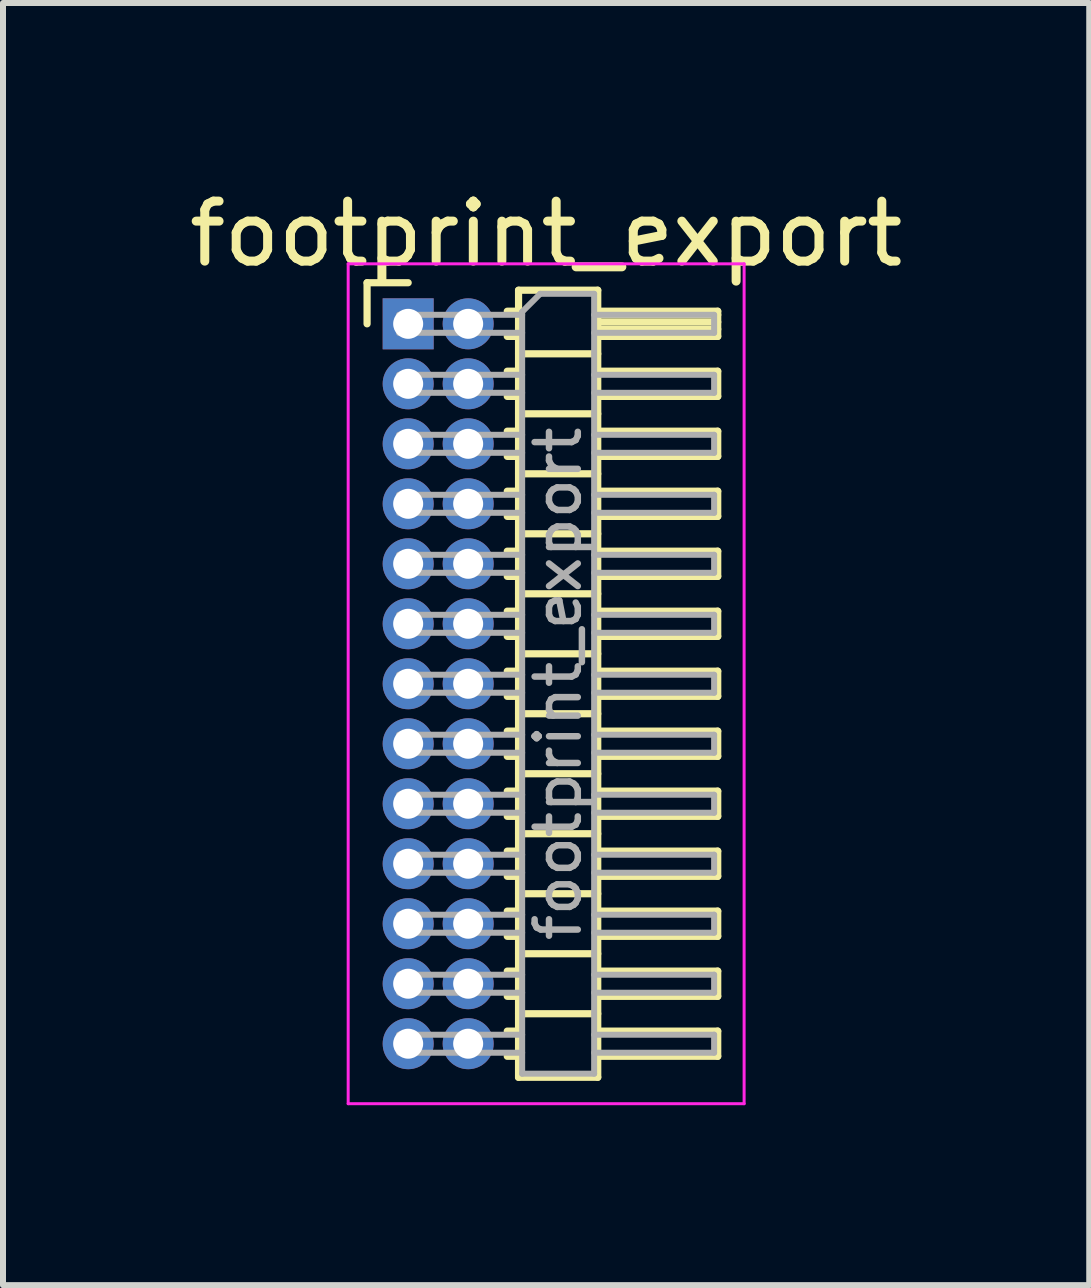
<source format=kicad_pcb>
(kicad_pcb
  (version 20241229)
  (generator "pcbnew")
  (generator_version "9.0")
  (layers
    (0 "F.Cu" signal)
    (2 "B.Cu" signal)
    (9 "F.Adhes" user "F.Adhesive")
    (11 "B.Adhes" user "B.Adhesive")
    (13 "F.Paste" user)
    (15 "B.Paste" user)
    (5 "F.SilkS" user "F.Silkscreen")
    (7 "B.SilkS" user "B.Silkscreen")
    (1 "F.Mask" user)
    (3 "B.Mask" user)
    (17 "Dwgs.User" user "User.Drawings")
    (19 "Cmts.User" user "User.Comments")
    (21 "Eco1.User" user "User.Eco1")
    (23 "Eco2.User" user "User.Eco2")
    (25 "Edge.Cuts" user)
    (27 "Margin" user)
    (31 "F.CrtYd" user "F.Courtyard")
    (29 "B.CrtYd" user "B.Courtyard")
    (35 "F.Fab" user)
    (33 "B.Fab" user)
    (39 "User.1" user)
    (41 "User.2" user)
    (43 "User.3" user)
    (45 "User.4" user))
  (footprint "footprint_export"
    (layer "F.Cu")
    (at 3.754 2.348)
    (property "Reference" "footprint_export" (at 2.3 -1.5 0) (layer "F.SilkS") (effects (font (size 1 1) (thickness 0.15))))
    (attr through_hole)
    (fp_line (start -0.685 -0.685) (end 0 -0.685) (stroke (width 0.12) (type solid)) (layer "F.SilkS"))
    (fp_line (start -0.685 0) (end -0.685 -0.685) (stroke (width 0.12) (type solid)) (layer "F.SilkS"))
    (fp_line (start 1.652 -0.21) (end 1.84 -0.21) (stroke (width 0.12) (type solid)) (layer "F.SilkS"))
    (fp_line (start 1.652 0.21) (end 1.84 0.21) (stroke (width 0.12) (type solid)) (layer "F.SilkS"))
    (fp_line (start 1.652 0.79) (end 1.84 0.79) (stroke (width 0.12) (type solid)) (layer "F.SilkS"))
    (fp_line (start 1.652 1.21) (end 1.84 1.21) (stroke (width 0.12) (type solid)) (layer "F.SilkS"))
    (fp_line (start 1.652 1.79) (end 1.84 1.79) (stroke (width 0.12) (type solid)) (layer "F.SilkS"))
    (fp_line (start 1.652 2.21) (end 1.84 2.21) (stroke (width 0.12) (type solid)) (layer "F.SilkS"))
    (fp_line (start 1.652 2.79) (end 1.84 2.79) (stroke (width 0.12) (type solid)) (layer "F.SilkS"))
    (fp_line (start 1.652 3.21) (end 1.84 3.21) (stroke (width 0.12) (type solid)) (layer "F.SilkS"))
    (fp_line (start 1.652 3.79) (end 1.84 3.79) (stroke (width 0.12) (type solid)) (layer "F.SilkS"))
    (fp_line (start 1.652 4.21) (end 1.84 4.21) (stroke (width 0.12) (type solid)) (layer "F.SilkS"))
    (fp_line (start 1.652 4.79) (end 1.84 4.79) (stroke (width 0.12) (type solid)) (layer "F.SilkS"))
    (fp_line (start 1.652 5.21) (end 1.84 5.21) (stroke (width 0.12) (type solid)) (layer "F.SilkS"))
    (fp_line (start 1.652 5.79) (end 1.84 5.79) (stroke (width 0.12) (type solid)) (layer "F.SilkS"))
    (fp_line (start 1.652 6.21) (end 1.84 6.21) (stroke (width 0.12) (type solid)) (layer "F.SilkS"))
    (fp_line (start 1.652 6.79) (end 1.84 6.79) (stroke (width 0.12) (type solid)) (layer "F.SilkS"))
    (fp_line (start 1.652 7.21) (end 1.84 7.21) (stroke (width 0.12) (type solid)) (layer "F.SilkS"))
    (fp_line (start 1.652 7.79) (end 1.84 7.79) (stroke (width 0.12) (type solid)) (layer "F.SilkS"))
    (fp_line (start 1.652 8.21) (end 1.84 8.21) (stroke (width 0.12) (type solid)) (layer "F.SilkS"))
    (fp_line (start 1.652 8.79) (end 1.84 8.79) (stroke (width 0.12) (type solid)) (layer "F.SilkS"))
    (fp_line (start 1.652 9.21) (end 1.84 9.21) (stroke (width 0.12) (type solid)) (layer "F.SilkS"))
    (fp_line (start 1.652 9.79) (end 1.84 9.79) (stroke (width 0.12) (type solid)) (layer "F.SilkS"))
    (fp_line (start 1.652 10.21) (end 1.84 10.21) (stroke (width 0.12) (type solid)) (layer "F.SilkS"))
    (fp_line (start 1.652 10.79) (end 1.84 10.79) (stroke (width 0.12) (type solid)) (layer "F.SilkS"))
    (fp_line (start 1.652 11.21) (end 1.84 11.21) (stroke (width 0.12) (type solid)) (layer "F.SilkS"))
    (fp_line (start 1.652 11.79) (end 1.84 11.79) (stroke (width 0.12) (type solid)) (layer "F.SilkS"))
    (fp_line (start 1.652 12.21) (end 1.84 12.21) (stroke (width 0.12) (type solid)) (layer "F.SilkS"))
    (fp_line (start 1.84 -0.56) (end 1.84 12.56) (stroke (width 0.12) (type solid)) (layer "F.SilkS"))
    (fp_line (start 1.84 0.5) (end 3.16 0.5) (stroke (width 0.12) (type solid)) (layer "F.SilkS"))
    (fp_line (start 1.84 1.5) (end 3.16 1.5) (stroke (width 0.12) (type solid)) (layer "F.SilkS"))
    (fp_line (start 1.84 2.5) (end 3.16 2.5) (stroke (width 0.12) (type solid)) (layer "F.SilkS"))
    (fp_line (start 1.84 3.5) (end 3.16 3.5) (stroke (width 0.12) (type solid)) (layer "F.SilkS"))
    (fp_line (start 1.84 4.5) (end 3.16 4.5) (stroke (width 0.12) (type solid)) (layer "F.SilkS"))
    (fp_line (start 1.84 5.5) (end 3.16 5.5) (stroke (width 0.12) (type solid)) (layer "F.SilkS"))
    (fp_line (start 1.84 6.5) (end 3.16 6.5) (stroke (width 0.12) (type solid)) (layer "F.SilkS"))
    (fp_line (start 1.84 7.5) (end 3.16 7.5) (stroke (width 0.12) (type solid)) (layer "F.SilkS"))
    (fp_line (start 1.84 8.5) (end 3.16 8.5) (stroke (width 0.12) (type solid)) (layer "F.SilkS"))
    (fp_line (start 1.84 9.5) (end 3.16 9.5) (stroke (width 0.12) (type solid)) (layer "F.SilkS"))
    (fp_line (start 1.84 10.5) (end 3.16 10.5) (stroke (width 0.12) (type solid)) (layer "F.SilkS"))
    (fp_line (start 1.84 11.5) (end 3.16 11.5) (stroke (width 0.12) (type solid)) (layer "F.SilkS"))
    (fp_line (start 1.84 12.56) (end 3.16 12.56) (stroke (width 0.12) (type solid)) (layer "F.SilkS"))
    (fp_line (start 3.16 -0.56) (end 1.84 -0.56) (stroke (width 0.12) (type solid)) (layer "F.SilkS"))
    (fp_line (start 3.16 -0.21) (end 5.16 -0.21) (stroke (width 0.12) (type solid)) (layer "F.SilkS"))
    (fp_line (start 3.16 -0.15) (end 5.16 -0.15) (stroke (width 0.12) (type solid)) (layer "F.SilkS"))
    (fp_line (start 3.16 -0.03) (end 5.16 -0.03) (stroke (width 0.12) (type solid)) (layer "F.SilkS"))
    (fp_line (start 3.16 0.09) (end 5.16 0.09) (stroke (width 0.12) (type solid)) (layer "F.SilkS"))
    (fp_line (start 3.16 0.79) (end 5.16 0.79) (stroke (width 0.12) (type solid)) (layer "F.SilkS"))
    (fp_line (start 3.16 1.79) (end 5.16 1.79) (stroke (width 0.12) (type solid)) (layer "F.SilkS"))
    (fp_line (start 3.16 2.79) (end 5.16 2.79) (stroke (width 0.12) (type solid)) (layer "F.SilkS"))
    (fp_line (start 3.16 3.79) (end 5.16 3.79) (stroke (width 0.12) (type solid)) (layer "F.SilkS"))
    (fp_line (start 3.16 4.79) (end 5.16 4.79) (stroke (width 0.12) (type solid)) (layer "F.SilkS"))
    (fp_line (start 3.16 5.79) (end 5.16 5.79) (stroke (width 0.12) (type solid)) (layer "F.SilkS"))
    (fp_line (start 3.16 6.79) (end 5.16 6.79) (stroke (width 0.12) (type solid)) (layer "F.SilkS"))
    (fp_line (start 3.16 7.79) (end 5.16 7.79) (stroke (width 0.12) (type solid)) (layer "F.SilkS"))
    (fp_line (start 3.16 8.79) (end 5.16 8.79) (stroke (width 0.12) (type solid)) (layer "F.SilkS"))
    (fp_line (start 3.16 9.79) (end 5.16 9.79) (stroke (width 0.12) (type solid)) (layer "F.SilkS"))
    (fp_line (start 3.16 10.79) (end 5.16 10.79) (stroke (width 0.12) (type solid)) (layer "F.SilkS"))
    (fp_line (start 3.16 11.79) (end 5.16 11.79) (stroke (width 0.12) (type solid)) (layer "F.SilkS"))
    (fp_line (start 3.16 12.56) (end 3.16 -0.56) (stroke (width 0.12) (type solid)) (layer "F.SilkS"))
    (fp_line (start 5.16 -0.21) (end 5.16 0.21) (stroke (width 0.12) (type solid)) (layer "F.SilkS"))
    (fp_line (start 5.16 0.21) (end 3.16 0.21) (stroke (width 0.12) (type solid)) (layer "F.SilkS"))
    (fp_line (start 5.16 0.79) (end 5.16 1.21) (stroke (width 0.12) (type solid)) (layer "F.SilkS"))
    (fp_line (start 5.16 1.21) (end 3.16 1.21) (stroke (width 0.12) (type solid)) (layer "F.SilkS"))
    (fp_line (start 5.16 1.79) (end 5.16 2.21) (stroke (width 0.12) (type solid)) (layer "F.SilkS"))
    (fp_line (start 5.16 2.21) (end 3.16 2.21) (stroke (width 0.12) (type solid)) (layer "F.SilkS"))
    (fp_line (start 5.16 2.79) (end 5.16 3.21) (stroke (width 0.12) (type solid)) (layer "F.SilkS"))
    (fp_line (start 5.16 3.21) (end 3.16 3.21) (stroke (width 0.12) (type solid)) (layer "F.SilkS"))
    (fp_line (start 5.16 3.79) (end 5.16 4.21) (stroke (width 0.12) (type solid)) (layer "F.SilkS"))
    (fp_line (start 5.16 4.21) (end 3.16 4.21) (stroke (width 0.12) (type solid)) (layer "F.SilkS"))
    (fp_line (start 5.16 4.79) (end 5.16 5.21) (stroke (width 0.12) (type solid)) (layer "F.SilkS"))
    (fp_line (start 5.16 5.21) (end 3.16 5.21) (stroke (width 0.12) (type solid)) (layer "F.SilkS"))
    (fp_line (start 5.16 5.79) (end 5.16 6.21) (stroke (width 0.12) (type solid)) (layer "F.SilkS"))
    (fp_line (start 5.16 6.21) (end 3.16 6.21) (stroke (width 0.12) (type solid)) (layer "F.SilkS"))
    (fp_line (start 5.16 6.79) (end 5.16 7.21) (stroke (width 0.12) (type solid)) (layer "F.SilkS"))
    (fp_line (start 5.16 7.21) (end 3.16 7.21) (stroke (width 0.12) (type solid)) (layer "F.SilkS"))
    (fp_line (start 5.16 7.79) (end 5.16 8.21) (stroke (width 0.12) (type solid)) (layer "F.SilkS"))
    (fp_line (start 5.16 8.21) (end 3.16 8.21) (stroke (width 0.12) (type solid)) (layer "F.SilkS"))
    (fp_line (start 5.16 8.79) (end 5.16 9.21) (stroke (width 0.12) (type solid)) (layer "F.SilkS"))
    (fp_line (start 5.16 9.21) (end 3.16 9.21) (stroke (width 0.12) (type solid)) (layer "F.SilkS"))
    (fp_line (start 5.16 9.79) (end 5.16 10.21) (stroke (width 0.12) (type solid)) (layer "F.SilkS"))
    (fp_line (start 5.16 10.21) (end 3.16 10.21) (stroke (width 0.12) (type solid)) (layer "F.SilkS"))
    (fp_line (start 5.16 10.79) (end 5.16 11.21) (stroke (width 0.12) (type solid)) (layer "F.SilkS"))
    (fp_line (start 5.16 11.21) (end 3.16 11.21) (stroke (width 0.12) (type solid)) (layer "F.SilkS"))
    (fp_line (start 5.16 11.79) (end 5.16 12.21) (stroke (width 0.12) (type solid)) (layer "F.SilkS"))
    (fp_line (start 5.16 12.21) (end 3.16 12.21) (stroke (width 0.12) (type solid)) (layer "F.SilkS"))
    (fp_line (start -1 -1) (end -1 13) (stroke (width 0.05) (type solid)) (layer "F.CrtYd"))
    (fp_line (start -1 13) (end 5.6 13) (stroke (width 0.05) (type solid)) (layer "F.CrtYd"))
    (fp_line (start 5.6 -1) (end -1 -1) (stroke (width 0.05) (type solid)) (layer "F.CrtYd"))
    (fp_line (start 5.6 13) (end 5.6 -1) (stroke (width 0.05) (type solid)) (layer "F.CrtYd"))
    (fp_line (start -0.15 -0.15) (end -0.15 0.15) (stroke (width 0.1) (type solid)) (layer "F.Fab"))
    (fp_line (start -0.15 -0.15) (end 1.9 -0.15) (stroke (width 0.1) (type solid)) (layer "F.Fab"))
    (fp_line (start -0.15 0.15) (end 1.9 0.15) (stroke (width 0.1) (type solid)) (layer "F.Fab"))
    (fp_line (start -0.15 0.85) (end -0.15 1.15) (stroke (width 0.1) (type solid)) (layer "F.Fab"))
    (fp_line (start -0.15 0.85) (end 1.9 0.85) (stroke (width 0.1) (type solid)) (layer "F.Fab"))
    (fp_line (start -0.15 1.15) (end 1.9 1.15) (stroke (width 0.1) (type solid)) (layer "F.Fab"))
    (fp_line (start -0.15 1.85) (end -0.15 2.15) (stroke (width 0.1) (type solid)) (layer "F.Fab"))
    (fp_line (start -0.15 1.85) (end 1.9 1.85) (stroke (width 0.1) (type solid)) (layer "F.Fab"))
    (fp_line (start -0.15 2.15) (end 1.9 2.15) (stroke (width 0.1) (type solid)) (layer "F.Fab"))
    (fp_line (start -0.15 2.85) (end -0.15 3.15) (stroke (width 0.1) (type solid)) (layer "F.Fab"))
    (fp_line (start -0.15 2.85) (end 1.9 2.85) (stroke (width 0.1) (type solid)) (layer "F.Fab"))
    (fp_line (start -0.15 3.15) (end 1.9 3.15) (stroke (width 0.1) (type solid)) (layer "F.Fab"))
    (fp_line (start -0.15 3.85) (end -0.15 4.15) (stroke (width 0.1) (type solid)) (layer "F.Fab"))
    (fp_line (start -0.15 3.85) (end 1.9 3.85) (stroke (width 0.1) (type solid)) (layer "F.Fab"))
    (fp_line (start -0.15 4.15) (end 1.9 4.15) (stroke (width 0.1) (type solid)) (layer "F.Fab"))
    (fp_line (start -0.15 4.85) (end -0.15 5.15) (stroke (width 0.1) (type solid)) (layer "F.Fab"))
    (fp_line (start -0.15 4.85) (end 1.9 4.85) (stroke (width 0.1) (type solid)) (layer "F.Fab"))
    (fp_line (start -0.15 5.15) (end 1.9 5.15) (stroke (width 0.1) (type solid)) (layer "F.Fab"))
    (fp_line (start -0.15 5.85) (end -0.15 6.15) (stroke (width 0.1) (type solid)) (layer "F.Fab"))
    (fp_line (start -0.15 5.85) (end 1.9 5.85) (stroke (width 0.1) (type solid)) (layer "F.Fab"))
    (fp_line (start -0.15 6.15) (end 1.9 6.15) (stroke (width 0.1) (type solid)) (layer "F.Fab"))
    (fp_line (start -0.15 6.85) (end -0.15 7.15) (stroke (width 0.1) (type solid)) (layer "F.Fab"))
    (fp_line (start -0.15 6.85) (end 1.9 6.85) (stroke (width 0.1) (type solid)) (layer "F.Fab"))
    (fp_line (start -0.15 7.15) (end 1.9 7.15) (stroke (width 0.1) (type solid)) (layer "F.Fab"))
    (fp_line (start -0.15 7.85) (end -0.15 8.15) (stroke (width 0.1) (type solid)) (layer "F.Fab"))
    (fp_line (start -0.15 7.85) (end 1.9 7.85) (stroke (width 0.1) (type solid)) (layer "F.Fab"))
    (fp_line (start -0.15 8.15) (end 1.9 8.15) (stroke (width 0.1) (type solid)) (layer "F.Fab"))
    (fp_line (start -0.15 8.85) (end -0.15 9.15) (stroke (width 0.1) (type solid)) (layer "F.Fab"))
    (fp_line (start -0.15 8.85) (end 1.9 8.85) (stroke (width 0.1) (type solid)) (layer "F.Fab"))
    (fp_line (start -0.15 9.15) (end 1.9 9.15) (stroke (width 0.1) (type solid)) (layer "F.Fab"))
    (fp_line (start -0.15 9.85) (end -0.15 10.15) (stroke (width 0.1) (type solid)) (layer "F.Fab"))
    (fp_line (start -0.15 9.85) (end 1.9 9.85) (stroke (width 0.1) (type solid)) (layer "F.Fab"))
    (fp_line (start -0.15 10.15) (end 1.9 10.15) (stroke (width 0.1) (type solid)) (layer "F.Fab"))
    (fp_line (start -0.15 10.85) (end -0.15 11.15) (stroke (width 0.1) (type solid)) (layer "F.Fab"))
    (fp_line (start -0.15 10.85) (end 1.9 10.85) (stroke (width 0.1) (type solid)) (layer "F.Fab"))
    (fp_line (start -0.15 11.15) (end 1.9 11.15) (stroke (width 0.1) (type solid)) (layer "F.Fab"))
    (fp_line (start -0.15 11.85) (end -0.15 12.15) (stroke (width 0.1) (type solid)) (layer "F.Fab"))
    (fp_line (start -0.15 11.85) (end 1.9 11.85) (stroke (width 0.1) (type solid)) (layer "F.Fab"))
    (fp_line (start -0.15 12.15) (end 1.9 12.15) (stroke (width 0.1) (type solid)) (layer "F.Fab"))
    (fp_line (start 1.9 -0.2) (end 2.2 -0.5) (stroke (width 0.1) (type solid)) (layer "F.Fab"))
    (fp_line (start 1.9 12.5) (end 1.9 -0.2) (stroke (width 0.1) (type solid)) (layer "F.Fab"))
    (fp_line (start 2.2 -0.5) (end 3.1 -0.5) (stroke (width 0.1) (type solid)) (layer "F.Fab"))
    (fp_line (start 3.1 -0.5) (end 3.1 12.5) (stroke (width 0.1) (type solid)) (layer "F.Fab"))
    (fp_line (start 3.1 -0.15) (end 5.1 -0.15) (stroke (width 0.1) (type solid)) (layer "F.Fab"))
    (fp_line (start 3.1 0.15) (end 5.1 0.15) (stroke (width 0.1) (type solid)) (layer "F.Fab"))
    (fp_line (start 3.1 0.85) (end 5.1 0.85) (stroke (width 0.1) (type solid)) (layer "F.Fab"))
    (fp_line (start 3.1 1.15) (end 5.1 1.15) (stroke (width 0.1) (type solid)) (layer "F.Fab"))
    (fp_line (start 3.1 1.85) (end 5.1 1.85) (stroke (width 0.1) (type solid)) (layer "F.Fab"))
    (fp_line (start 3.1 2.15) (end 5.1 2.15) (stroke (width 0.1) (type solid)) (layer "F.Fab"))
    (fp_line (start 3.1 2.85) (end 5.1 2.85) (stroke (width 0.1) (type solid)) (layer "F.Fab"))
    (fp_line (start 3.1 3.15) (end 5.1 3.15) (stroke (width 0.1) (type solid)) (layer "F.Fab"))
    (fp_line (start 3.1 3.85) (end 5.1 3.85) (stroke (width 0.1) (type solid)) (layer "F.Fab"))
    (fp_line (start 3.1 4.15) (end 5.1 4.15) (stroke (width 0.1) (type solid)) (layer "F.Fab"))
    (fp_line (start 3.1 4.85) (end 5.1 4.85) (stroke (width 0.1) (type solid)) (layer "F.Fab"))
    (fp_line (start 3.1 5.15) (end 5.1 5.15) (stroke (width 0.1) (type solid)) (layer "F.Fab"))
    (fp_line (start 3.1 5.85) (end 5.1 5.85) (stroke (width 0.1) (type solid)) (layer "F.Fab"))
    (fp_line (start 3.1 6.15) (end 5.1 6.15) (stroke (width 0.1) (type solid)) (layer "F.Fab"))
    (fp_line (start 3.1 6.85) (end 5.1 6.85) (stroke (width 0.1) (type solid)) (layer "F.Fab"))
    (fp_line (start 3.1 7.15) (end 5.1 7.15) (stroke (width 0.1) (type solid)) (layer "F.Fab"))
    (fp_line (start 3.1 7.85) (end 5.1 7.85) (stroke (width 0.1) (type solid)) (layer "F.Fab"))
    (fp_line (start 3.1 8.15) (end 5.1 8.15) (stroke (width 0.1) (type solid)) (layer "F.Fab"))
    (fp_line (start 3.1 8.85) (end 5.1 8.85) (stroke (width 0.1) (type solid)) (layer "F.Fab"))
    (fp_line (start 3.1 9.15) (end 5.1 9.15) (stroke (width 0.1) (type solid)) (layer "F.Fab"))
    (fp_line (start 3.1 9.85) (end 5.1 9.85) (stroke (width 0.1) (type solid)) (layer "F.Fab"))
    (fp_line (start 3.1 10.15) (end 5.1 10.15) (stroke (width 0.1) (type solid)) (layer "F.Fab"))
    (fp_line (start 3.1 10.85) (end 5.1 10.85) (stroke (width 0.1) (type solid)) (layer "F.Fab"))
    (fp_line (start 3.1 11.15) (end 5.1 11.15) (stroke (width 0.1) (type solid)) (layer "F.Fab"))
    (fp_line (start 3.1 11.85) (end 5.1 11.85) (stroke (width 0.1) (type solid)) (layer "F.Fab"))
    (fp_line (start 3.1 12.15) (end 5.1 12.15) (stroke (width 0.1) (type solid)) (layer "F.Fab"))
    (fp_line (start 3.1 12.5) (end 1.9 12.5) (stroke (width 0.1) (type solid)) (layer "F.Fab"))
    (fp_line (start 5.1 -0.15) (end 5.1 0.15) (stroke (width 0.1) (type solid)) (layer "F.Fab"))
    (fp_line (start 5.1 0.85) (end 5.1 1.15) (stroke (width 0.1) (type solid)) (layer "F.Fab"))
    (fp_line (start 5.1 1.85) (end 5.1 2.15) (stroke (width 0.1) (type solid)) (layer "F.Fab"))
    (fp_line (start 5.1 2.85) (end 5.1 3.15) (stroke (width 0.1) (type solid)) (layer "F.Fab"))
    (fp_line (start 5.1 3.85) (end 5.1 4.15) (stroke (width 0.1) (type solid)) (layer "F.Fab"))
    (fp_line (start 5.1 4.85) (end 5.1 5.15) (stroke (width 0.1) (type solid)) (layer "F.Fab"))
    (fp_line (start 5.1 5.85) (end 5.1 6.15) (stroke (width 0.1) (type solid)) (layer "F.Fab"))
    (fp_line (start 5.1 6.85) (end 5.1 7.15) (stroke (width 0.1) (type solid)) (layer "F.Fab"))
    (fp_line (start 5.1 7.85) (end 5.1 8.15) (stroke (width 0.1) (type solid)) (layer "F.Fab"))
    (fp_line (start 5.1 8.85) (end 5.1 9.15) (stroke (width 0.1) (type solid)) (layer "F.Fab"))
    (fp_line (start 5.1 9.85) (end 5.1 10.15) (stroke (width 0.1) (type solid)) (layer "F.Fab"))
    (fp_line (start 5.1 10.85) (end 5.1 11.15) (stroke (width 0.1) (type solid)) (layer "F.Fab"))
    (fp_line (start 5.1 11.85) (end 5.1 12.15) (stroke (width 0.1) (type solid)) (layer "F.Fab"))
    (fp_text user "${REFERENCE}" (at 2.5 6 90) (layer "F.Fab") (effects (font (size 0.72 0.72) (thickness 0.108))))
    (pad "1" thru_hole rect (at 0 0) (size 0.85 0.85) (drill 0.5) (layers "*.Cu" "*.Mask"))
    (pad "2" thru_hole oval (at 1 0) (size 0.85 0.85) (drill 0.5) (layers "*.Cu" "*.Mask"))
    (pad "3" thru_hole oval (at 0 1) (size 0.85 0.85) (drill 0.5) (layers "*.Cu" "*.Mask"))
    (pad "4" thru_hole oval (at 1 1) (size 0.85 0.85) (drill 0.5) (layers "*.Cu" "*.Mask"))
    (pad "5" thru_hole oval (at 0 2) (size 0.85 0.85) (drill 0.5) (layers "*.Cu" "*.Mask"))
    (pad "6" thru_hole oval (at 1 2) (size 0.85 0.85) (drill 0.5) (layers "*.Cu" "*.Mask"))
    (pad "7" thru_hole oval (at 0 3) (size 0.85 0.85) (drill 0.5) (layers "*.Cu" "*.Mask"))
    (pad "8" thru_hole oval (at 1 3) (size 0.85 0.85) (drill 0.5) (layers "*.Cu" "*.Mask"))
    (pad "9" thru_hole oval (at 0 4) (size 0.85 0.85) (drill 0.5) (layers "*.Cu" "*.Mask"))
    (pad "10" thru_hole oval (at 1 4) (size 0.85 0.85) (drill 0.5) (layers "*.Cu" "*.Mask"))
    (pad "11" thru_hole oval (at 0 5) (size 0.85 0.85) (drill 0.5) (layers "*.Cu" "*.Mask"))
    (pad "12" thru_hole oval (at 1 5) (size 0.85 0.85) (drill 0.5) (layers "*.Cu" "*.Mask"))
    (pad "13" thru_hole oval (at 0 6) (size 0.85 0.85) (drill 0.5) (layers "*.Cu" "*.Mask"))
    (pad "14" thru_hole oval (at 1 6) (size 0.85 0.85) (drill 0.5) (layers "*.Cu" "*.Mask"))
    (pad "15" thru_hole oval (at 0 7) (size 0.85 0.85) (drill 0.5) (layers "*.Cu" "*.Mask"))
    (pad "16" thru_hole oval (at 1 7) (size 0.85 0.85) (drill 0.5) (layers "*.Cu" "*.Mask"))
    (pad "17" thru_hole oval (at 0 8) (size 0.85 0.85) (drill 0.5) (layers "*.Cu" "*.Mask"))
    (pad "18" thru_hole oval (at 1 8) (size 0.85 0.85) (drill 0.5) (layers "*.Cu" "*.Mask"))
    (pad "19" thru_hole oval (at 0 9) (size 0.85 0.85) (drill 0.5) (layers "*.Cu" "*.Mask"))
    (pad "20" thru_hole oval (at 1 9) (size 0.85 0.85) (drill 0.5) (layers "*.Cu" "*.Mask"))
    (pad "21" thru_hole oval (at 0 10) (size 0.85 0.85) (drill 0.5) (layers "*.Cu" "*.Mask"))
    (pad "22" thru_hole oval (at 1 10) (size 0.85 0.85) (drill 0.5) (layers "*.Cu" "*.Mask"))
    (pad "23" thru_hole oval (at 0 11) (size 0.85 0.85) (drill 0.5) (layers "*.Cu" "*.Mask"))
    (pad "24" thru_hole oval (at 1 11) (size 0.85 0.85) (drill 0.5) (layers "*.Cu" "*.Mask"))
    (pad "25" thru_hole oval (at 0 12) (size 0.85 0.85) (drill 0.5) (layers "*.Cu" "*.Mask"))
    (pad "26" thru_hole oval (at 1 12) (size 0.85 0.85) (drill 0.5) (layers "*.Cu" "*.Mask")))
  (gr_rect
    (start -3 -3)
    (end 15.107 18.373)
    (stroke (width 0.1) (type default))
    (fill no)
    (layer "Edge.Cuts")))
</source>
